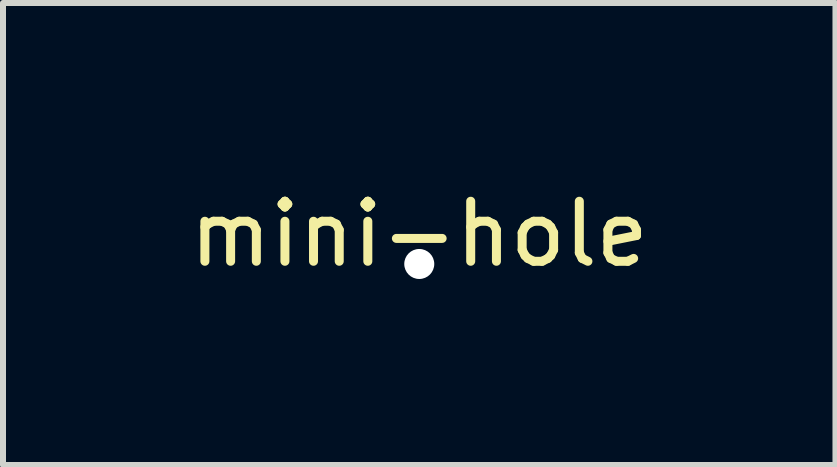
<source format=kicad_pcb>
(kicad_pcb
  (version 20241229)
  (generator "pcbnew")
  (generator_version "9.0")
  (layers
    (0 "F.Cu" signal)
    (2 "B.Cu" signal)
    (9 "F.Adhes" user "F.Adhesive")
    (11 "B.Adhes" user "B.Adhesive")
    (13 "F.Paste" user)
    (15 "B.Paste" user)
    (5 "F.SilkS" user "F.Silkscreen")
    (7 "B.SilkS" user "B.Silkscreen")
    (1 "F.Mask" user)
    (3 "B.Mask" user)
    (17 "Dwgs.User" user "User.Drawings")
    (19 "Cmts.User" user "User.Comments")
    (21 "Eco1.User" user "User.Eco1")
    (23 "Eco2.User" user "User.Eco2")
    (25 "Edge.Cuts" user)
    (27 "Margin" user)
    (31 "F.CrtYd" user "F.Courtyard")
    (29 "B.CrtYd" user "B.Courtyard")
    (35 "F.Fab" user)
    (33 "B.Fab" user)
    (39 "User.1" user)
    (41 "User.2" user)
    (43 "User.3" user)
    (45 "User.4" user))
  (footprint "mini-hole"
    (layer "F.Cu")
    (at 3.935 1.348)
    (property "Reference" "mini-hole" (at 0 -0.5 0) (layer "F.SilkS") (effects (font (size 1 1) (thickness 0.15))))
    (attr through_hole)
    (pad "" np_thru_hole circle (at 0 0) (size 0.5 0.5) (drill 0.5) (layers "*.Cu" "*.Mask")))
  (gr_rect
    (start -3 -3)
    (end 10.869 4.697)
    (stroke (width 0.1) (type default))
    (fill no)
    (layer "Edge.Cuts")))
</source>
